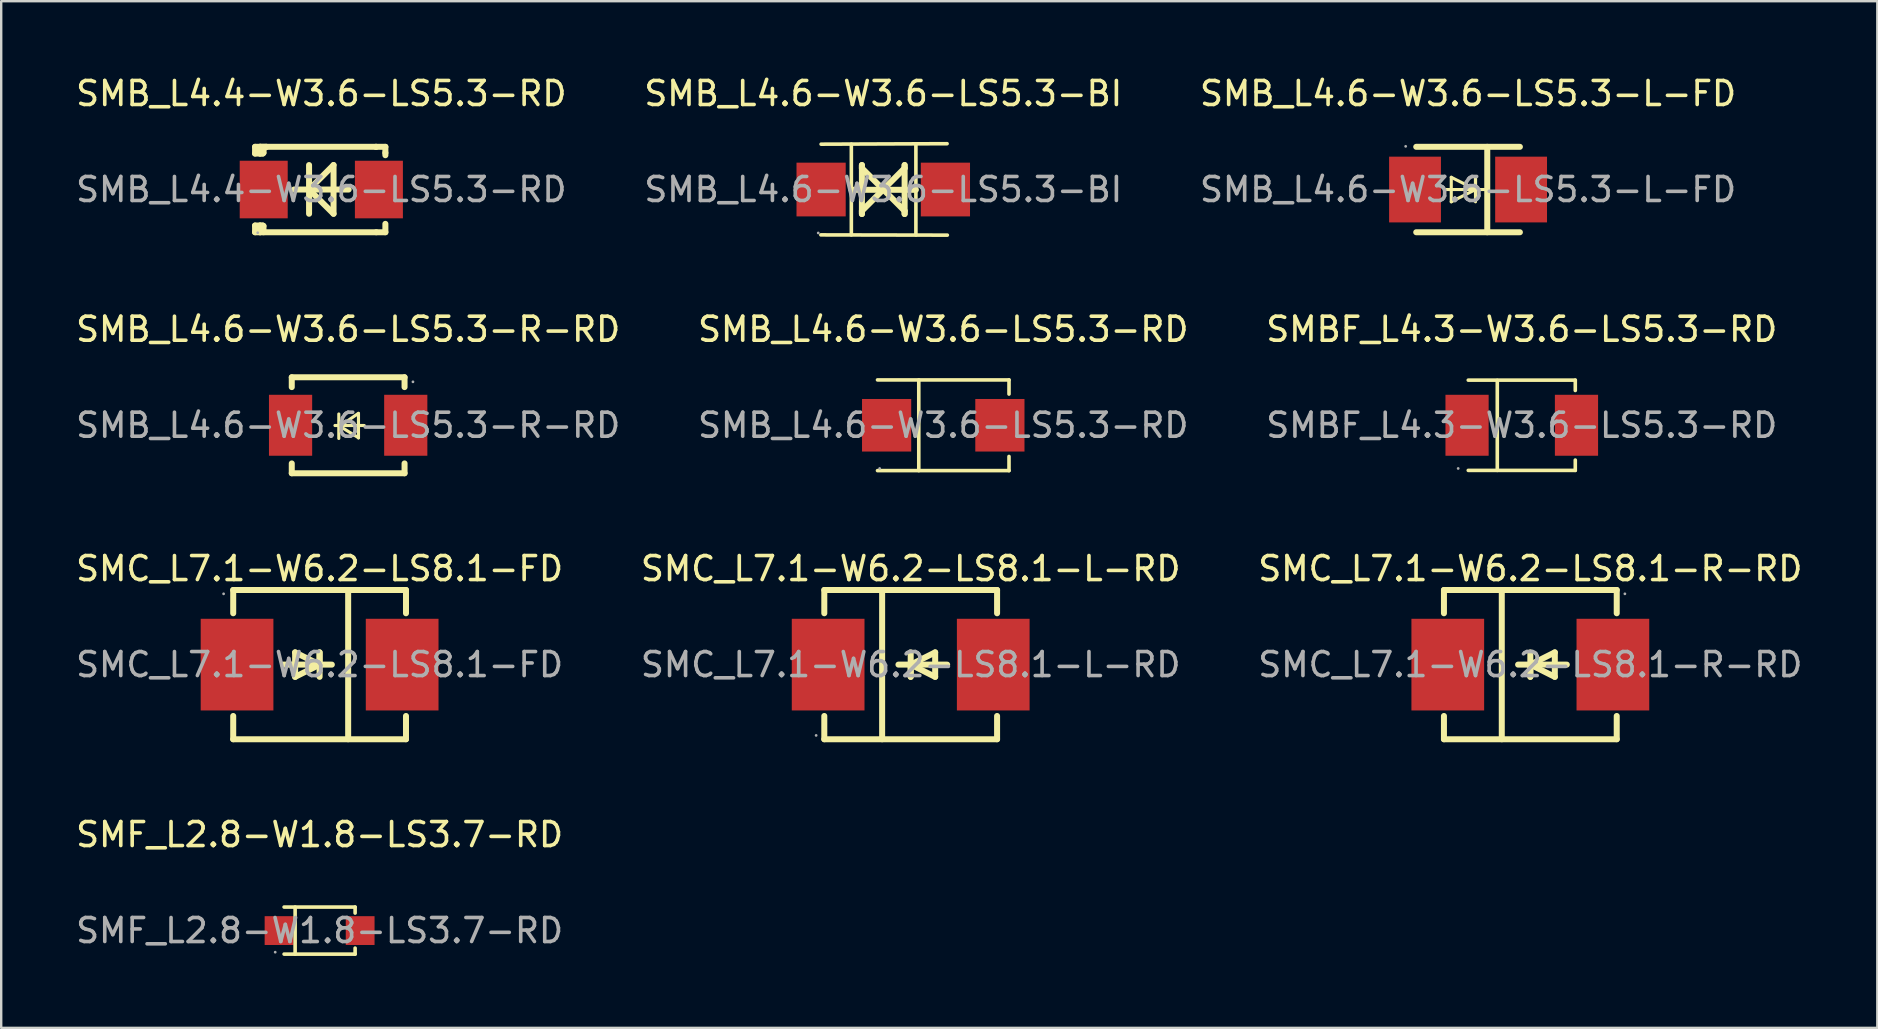
<source format=kicad_pcb>
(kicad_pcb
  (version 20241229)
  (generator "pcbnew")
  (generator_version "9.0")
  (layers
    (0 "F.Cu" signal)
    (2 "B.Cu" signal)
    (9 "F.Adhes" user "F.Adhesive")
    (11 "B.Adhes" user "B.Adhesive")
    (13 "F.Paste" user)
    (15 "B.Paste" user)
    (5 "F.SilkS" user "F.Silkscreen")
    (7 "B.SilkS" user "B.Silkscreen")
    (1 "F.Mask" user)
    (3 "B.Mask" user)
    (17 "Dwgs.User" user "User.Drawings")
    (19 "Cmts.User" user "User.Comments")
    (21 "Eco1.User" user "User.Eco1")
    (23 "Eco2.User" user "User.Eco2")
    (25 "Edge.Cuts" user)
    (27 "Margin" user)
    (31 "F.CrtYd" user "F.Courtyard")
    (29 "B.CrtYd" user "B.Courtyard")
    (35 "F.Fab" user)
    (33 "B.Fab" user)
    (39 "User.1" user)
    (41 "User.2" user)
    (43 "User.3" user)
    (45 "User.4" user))
  (footprint "SMBF_L4.3-W3.6-LS5.3-RD"
    (layer "F.Cu")
    (at 60.363 14.671)
    (property "Reference" "SMBF_L4.3-W3.6-LS5.3-RD" (at 0 -4 0) (layer "F.SilkS") (effects (font (size 1 1) (thickness 0.15))))
    (attr through_hole)
    (fp_line (start -2.23 -1.88) (end 2.23 -1.88) (stroke (width 0.15) (type solid)) (layer "F.SilkS"))
    (fp_line (start -2.23 1.88) (end 2.23 1.88) (stroke (width 0.15) (type solid)) (layer "F.SilkS"))
    (fp_line (start -1.02 -1.87) (end -1.02 1.88) (stroke (width 0.15) (type solid)) (layer "F.SilkS"))
    (fp_line (start 2.23 -1.88) (end 2.23 -1.45) (stroke (width 0.15) (type solid)) (layer "F.SilkS"))
    (fp_line (start 2.23 1.45) (end 2.23 1.88) (stroke (width 0.15) (type solid)) (layer "F.SilkS"))
    (fp_circle (center -2.65 1.8) (end -2.62 1.8) (stroke (width 0.06) (type solid)) (fill no) (layer "F.Fab"))
    (fp_text user "${REFERENCE}" (at 0 0 0) (layer "F.Fab") (effects (font (size 1 1) (thickness 0.15))))
    (pad "1" smd rect (at -2.28 0) (size 1.8 2.54) (layers "F.Cu" "F.Mask" "F.Paste"))
    (pad "2" smd rect (at 2.28 0) (size 1.8 2.54) (layers "F.Cu" "F.Mask" "F.Paste")))
  (footprint "SMB_L4.6-W3.6-LS5.3-BI"
    (layer "F.Cu")
    (at 33.756 4.848)
    (property "Reference" "SMB_L4.6-W3.6-LS5.3-BI" (at 0 -4 0) (layer "F.SilkS") (effects (font (size 1 1) (thickness 0.15))))
    (attr through_hole)
    (fp_line (start -1.33 0.01) (end 1.36 0.01) (stroke (width 0.25) (type solid)) (layer "F.SilkS"))
    (fp_line (start -1.33 1.89) (end -1.33 -1.89) (stroke (width 0.15) (type solid)) (layer "F.SilkS"))
    (fp_line (start -0.89 -1.02) (end -0.89 1.02) (stroke (width 0.25) (type solid)) (layer "F.SilkS"))
    (fp_line (start -0.89 -0.89) (end -0.89 -1.02) (stroke (width 0.25) (type solid)) (layer "F.SilkS"))
    (fp_line (start -0.89 0.89) (end 0 0) (stroke (width 0.25) (type solid)) (layer "F.SilkS"))
    (fp_line (start -0.89 1.02) (end -0.89 0.89) (stroke (width 0.25) (type solid)) (layer "F.SilkS"))
    (fp_line (start 0 0) (end -0.89 -0.89) (stroke (width 0.25) (type solid)) (layer "F.SilkS"))
    (fp_line (start 0 0) (end 0.89 0.89) (stroke (width 0.25) (type solid)) (layer "F.SilkS"))
    (fp_line (start 0.89 -1.02) (end 0.89 -0.89) (stroke (width 0.25) (type solid)) (layer "F.SilkS"))
    (fp_line (start 0.89 -0.89) (end 0 0) (stroke (width 0.25) (type solid)) (layer "F.SilkS"))
    (fp_line (start 0.89 0.89) (end 0.89 1.02) (stroke (width 0.25) (type solid)) (layer "F.SilkS"))
    (fp_line (start 0.89 1.02) (end 0.89 -1.02) (stroke (width 0.25) (type solid)) (layer "F.SilkS"))
    (fp_line (start 1.36 1.89) (end 1.36 -1.89) (stroke (width 0.15) (type solid)) (layer "F.SilkS"))
    (fp_line (start 2.66 -1.91) (end -2.59 -1.89) (stroke (width 0.15) (type solid)) (layer "F.SilkS"))
    (fp_line (start 2.67 1.9) (end -2.6 1.89) (stroke (width 0.15) (type solid)) (layer "F.SilkS"))
    (fp_circle (center -2.71 1.81) (end -2.68 1.81) (stroke (width 0.06) (type solid)) (fill no) (layer "F.Fab"))
    (fp_text user "${REFERENCE}" (at 0 0 0) (layer "F.Fab") (effects (font (size 1 1) (thickness 0.15))))
    (pad "1" smd rect (at -2.59 0) (size 2.05 2.24) (layers "F.Cu" "F.Mask" "F.Paste"))
    (pad "2" smd rect (at 2.59 0) (size 2.05 2.24) (layers "F.Cu" "F.Mask" "F.Paste")))
  (footprint "SMC_L7.1-W6.2-LS8.1-R-RD"
    (layer "F.Cu")
    (at 60.72 24.645)
    (property "Reference" "SMC_L7.1-W6.2-LS8.1-R-RD" (at 0 -4 0) (layer "F.SilkS") (effects (font (size 1 1) (thickness 0.15))))
    (attr through_hole)
    (fp_line (start -3.6 -3.11) (end -3.6 -2.14) (stroke (width 0.25) (type solid)) (layer "F.SilkS"))
    (fp_line (start -3.6 -3.11) (end 3.6 -3.11) (stroke (width 0.25) (type solid)) (layer "F.SilkS"))
    (fp_line (start -3.6 2.14) (end -3.6 3.11) (stroke (width 0.25) (type solid)) (layer "F.SilkS"))
    (fp_line (start -3.6 3.11) (end 3.6 3.11) (stroke (width 0.25) (type solid)) (layer "F.SilkS"))
    (fp_line (start -1.19 -3.11) (end -1.19 3.11) (stroke (width 0.25) (type solid)) (layer "F.SilkS"))
    (fp_line (start 0 0) (end 0 0.51) (stroke (width 0.25) (type solid)) (layer "F.SilkS"))
    (fp_line (start 0 0) (end 1.02 0.51) (stroke (width 0.25) (type solid)) (layer "F.SilkS"))
    (fp_line (start 0 0.51) (end 0 -0.51) (stroke (width 0.25) (type solid)) (layer "F.SilkS"))
    (fp_line (start 1.02 -0.51) (end 0 0) (stroke (width 0.25) (type solid)) (layer "F.SilkS"))
    (fp_line (start 1.02 0.51) (end 1.02 -0.51) (stroke (width 0.25) (type solid)) (layer "F.SilkS"))
    (fp_line (start 1.52 0) (end -0.51 0) (stroke (width 0.25) (type solid)) (layer "F.SilkS"))
    (fp_line (start 3.6 -3.11) (end 3.6 -2.14) (stroke (width 0.25) (type solid)) (layer "F.SilkS"))
    (fp_line (start 3.6 2.14) (end 3.6 3.11) (stroke (width 0.25) (type solid)) (layer "F.SilkS"))
    (fp_circle (center 3.94 -2.95) (end 3.97 -2.95) (stroke (width 0.06) (type solid)) (fill no) (layer "F.Fab"))
    (fp_text user "${REFERENCE}" (at 0 0 0) (layer "F.Fab") (effects (font (size 1 1) (thickness 0.15))))
    (pad "1" smd rect (at 3.44 0 180) (size 3.03 3.82) (layers "F.Cu" "F.Mask" "F.Paste"))
    (pad "2" smd rect (at -3.44 0 180) (size 3.03 3.82) (layers "F.Cu" "F.Mask" "F.Paste")))
  (footprint "SMC_L7.1-W6.2-LS8.1-FD"
    (layer "F.Cu")
    (at 10.268 24.645)
    (property "Reference" "SMC_L7.1-W6.2-LS8.1-FD" (at 0 -4 0) (layer "F.SilkS") (effects (font (size 1 1) (thickness 0.15))))
    (attr through_hole)
    (fp_line (start -3.6 -2.14) (end -3.6 -3.11) (stroke (width 0.25) (type solid)) (layer "F.SilkS"))
    (fp_line (start -3.6 3.11) (end -3.6 2.14) (stroke (width 0.25) (type solid)) (layer "F.SilkS"))
    (fp_line (start -1.52 0) (end 0.51 0) (stroke (width 0.25) (type solid)) (layer "F.SilkS"))
    (fp_line (start -1.02 -0.51) (end -1.02 0.51) (stroke (width 0.25) (type solid)) (layer "F.SilkS"))
    (fp_line (start -1.02 0.51) (end 0 0) (stroke (width 0.25) (type solid)) (layer "F.SilkS"))
    (fp_line (start 0 -0.51) (end 0 0.51) (stroke (width 0.25) (type solid)) (layer "F.SilkS"))
    (fp_line (start 0 0) (end -1.02 -0.51) (stroke (width 0.25) (type solid)) (layer "F.SilkS"))
    (fp_line (start 0 0) (end 0 -0.51) (stroke (width 0.25) (type solid)) (layer "F.SilkS"))
    (fp_line (start 1.19 3.11) (end 1.19 -3.11) (stroke (width 0.25) (type solid)) (layer "F.SilkS"))
    (fp_line (start 3.6 -3.11) (end -3.6 -3.11) (stroke (width 0.25) (type solid)) (layer "F.SilkS"))
    (fp_line (start 3.6 -2.14) (end 3.6 -3.11) (stroke (width 0.25) (type solid)) (layer "F.SilkS"))
    (fp_line (start 3.6 3.11) (end -3.6 3.11) (stroke (width 0.25) (type solid)) (layer "F.SilkS"))
    (fp_line (start 3.6 3.11) (end 3.6 2.14) (stroke (width 0.25) (type solid)) (layer "F.SilkS"))
    (fp_circle (center -4 -2.95) (end -3.97 -2.95) (stroke (width 0.06) (type solid)) (fill no) (layer "F.Fab"))
    (fp_text user "${REFERENCE}" (at 0 0 0) (layer "F.Fab") (effects (font (size 1 1) (thickness 0.15))))
    (pad "1" smd rect (at -3.44 0) (size 3.03 3.82) (layers "F.Cu" "F.Mask" "F.Paste"))
    (pad "2" smd rect (at 3.44 0) (size 3.03 3.82) (layers "F.Cu" "F.Mask" "F.Paste")))
  (footprint "SMB_L4.6-W3.6-LS5.3-L-FD"
    (layer "F.Cu")
    (at 58.125 4.848)
    (property "Reference" "SMB_L4.6-W3.6-LS5.3-L-FD" (at 0 -4 0) (layer "F.SilkS") (effects (font (size 1 1) (thickness 0.15))))
    (attr through_hole)
    (fp_line (start -2.16 -1.78) (end 2.16 -1.78) (stroke (width 0.25) (type solid)) (layer "F.SilkS"))
    (fp_line (start -0.9 0) (end 0.82 0) (stroke (width 0.13) (type solid)) (layer "F.SilkS"))
    (fp_line (start -0.7 -0.51) (end -0.7 0.51) (stroke (width 0.13) (type solid)) (layer "F.SilkS"))
    (fp_line (start -0.7 0.51) (end 0.31 0) (stroke (width 0.13) (type solid)) (layer "F.SilkS"))
    (fp_line (start 0.31 -0.51) (end 0.31 0.51) (stroke (width 0.13) (type solid)) (layer "F.SilkS"))
    (fp_line (start 0.31 0) (end -0.7 -0.51) (stroke (width 0.13) (type solid)) (layer "F.SilkS"))
    (fp_line (start 0.31 0) (end 0.31 -0.51) (stroke (width 0.13) (type solid)) (layer "F.SilkS"))
    (fp_line (start 0.8 -1.78) (end 0.8 1.78) (stroke (width 0.25) (type solid)) (layer "F.SilkS"))
    (fp_line (start 2.16 1.78) (end -2.16 1.78) (stroke (width 0.25) (type solid)) (layer "F.SilkS"))
    (fp_circle (center -2.6 -1.8) (end -2.57 -1.8) (stroke (width 0.06) (type solid)) (fill no) (layer "F.Fab"))
    (fp_text user "${REFERENCE}" (at 0 0 0) (layer "F.Fab") (effects (font (size 1 1) (thickness 0.15))))
    (pad "1" smd rect (at -2.21 0) (size 2.16 2.74) (layers "F.Cu" "F.Mask" "F.Paste"))
    (pad "2" smd rect (at 2.21 0) (size 2.16 2.74) (layers "F.Cu" "F.Mask" "F.Paste")))
  (footprint "SMB_L4.6-W3.6-LS5.3-RD"
    (layer "F.Cu")
    (at 36.256 14.671)
    (property "Reference" "SMB_L4.6-W3.6-LS5.3-RD" (at 0 -4 0) (layer "F.SilkS") (effects (font (size 1 1) (thickness 0.15))))
    (attr through_hole)
    (fp_line (start -2.74 -1.89) (end 2.74 -1.89) (stroke (width 0.15) (type solid)) (layer "F.SilkS"))
    (fp_line (start -2.74 1.89) (end 2.74 1.89) (stroke (width 0.15) (type solid)) (layer "F.SilkS"))
    (fp_line (start -1.02 -1.89) (end -1.02 1.89) (stroke (width 0.15) (type solid)) (layer "F.SilkS"))
    (fp_line (start 2.74 -1.89) (end 2.74 -1.3) (stroke (width 0.15) (type solid)) (layer "F.SilkS"))
    (fp_line (start 2.74 1.89) (end 2.74 1.3) (stroke (width 0.15) (type solid)) (layer "F.SilkS"))
    (fp_circle (center -2.65 1.8) (end -2.62 1.8) (stroke (width 0.06) (type solid)) (fill no) (layer "F.Fab"))
    (fp_text user "${REFERENCE}" (at 0 0 0) (layer "F.Fab") (effects (font (size 1 1) (thickness 0.15))))
    (pad "1" smd rect (at -2.36 0) (size 2.05 2.19) (layers "F.Cu" "F.Mask" "F.Paste"))
    (pad "2" smd rect (at 2.36 0) (size 2.05 2.19) (layers "F.Cu" "F.Mask" "F.Paste")))
  (footprint "SMB_L4.4-W3.6-LS5.3-RD"
    (layer "F.Cu")
    (at 10.339 4.848)
    (property "Reference" "SMB_L4.4-W3.6-LS5.3-RD" (at 0 -4 0) (layer "F.SilkS") (effects (font (size 1 1) (thickness 0.15))))
    (attr through_hole)
    (fp_line (start -2.76 -1.78) (end -2.76 -1.5) (stroke (width 0.25) (type solid)) (layer "F.SilkS"))
    (fp_line (start -2.76 -1.5) (end -2.55 -1.5) (stroke (width 0.25) (type solid)) (layer "F.SilkS"))
    (fp_line (start -2.76 1.5) (end -2.76 1.78) (stroke (width 0.25) (type solid)) (layer "F.SilkS"))
    (fp_line (start -2.76 1.5) (end -2.55 1.5) (stroke (width 0.25) (type solid)) (layer "F.SilkS"))
    (fp_line (start -2.76 1.78) (end -2.55 1.78) (stroke (width 0.25) (type solid)) (layer "F.SilkS"))
    (fp_line (start -2.55 -1.78) (end -2.76 -1.78) (stroke (width 0.25) (type solid)) (layer "F.SilkS"))
    (fp_line (start -2.55 -1.78) (end -2.29 -1.78) (stroke (width 0.25) (type solid)) (layer "F.SilkS"))
    (fp_line (start -2.55 -1.5) (end -2.55 -1.65) (stroke (width 0.25) (type solid)) (layer "F.SilkS"))
    (fp_line (start -2.55 -1.5) (end -2.44 -1.5) (stroke (width 0.25) (type solid)) (layer "F.SilkS"))
    (fp_line (start -2.55 1.5) (end -2.55 1.78) (stroke (width 0.25) (type solid)) (layer "F.SilkS"))
    (fp_line (start -2.55 1.5) (end -2.44 1.5) (stroke (width 0.25) (type solid)) (layer "F.SilkS"))
    (fp_line (start -2.44 -1.5) (end -2.41 -1.53) (stroke (width 0.25) (type solid)) (layer "F.SilkS"))
    (fp_line (start -2.44 1.5) (end -2.41 1.52) (stroke (width 0.25) (type solid)) (layer "F.SilkS"))
    (fp_line (start -2.41 -1.65) (end -2.55 -1.78) (stroke (width 0.25) (type solid)) (layer "F.SilkS"))
    (fp_line (start -2.41 -1.53) (end -2.41 -1.65) (stroke (width 0.25) (type solid)) (layer "F.SilkS"))
    (fp_line (start -2.41 1.52) (end -2.41 1.78) (stroke (width 0.25) (type solid)) (layer "F.SilkS"))
    (fp_line (start -2.29 -1.78) (end -2.55 -1.78) (stroke (width 0.25) (type solid)) (layer "F.SilkS"))
    (fp_line (start -2.29 -1.78) (end 2.28 -1.78) (stroke (width 0.25) (type solid)) (layer "F.SilkS"))
    (fp_line (start -1.14 0) (end 1.14 0) (stroke (width 0.25) (type solid)) (layer "F.SilkS"))
    (fp_line (start -0.51 -1.02) (end -0.51 1.01) (stroke (width 0.25) (type solid)) (layer "F.SilkS"))
    (fp_line (start -0.51 0) (end 0.51 1.01) (stroke (width 0.25) (type solid)) (layer "F.SilkS"))
    (fp_line (start 0.51 -1.02) (end -0.51 0) (stroke (width 0.25) (type solid)) (layer "F.SilkS"))
    (fp_line (start 0.51 -1.02) (end 0.51 1.01) (stroke (width 0.25) (type solid)) (layer "F.SilkS"))
    (fp_line (start 2.28 -1.78) (end 2.28 -1.78) (stroke (width 0.25) (type solid)) (layer "F.SilkS"))
    (fp_line (start 2.28 -1.78) (end 2.67 -1.78) (stroke (width 0.25) (type solid)) (layer "F.SilkS"))
    (fp_line (start 2.29 1.78) (end -2.55 1.78) (stroke (width 0.25) (type solid)) (layer "F.SilkS"))
    (fp_line (start 2.67 -1.78) (end 2.67 -1.53) (stroke (width 0.25) (type solid)) (layer "F.SilkS"))
    (fp_line (start 2.67 -1.53) (end 2.67 -1.43) (stroke (width 0.25) (type solid)) (layer "F.SilkS"))
    (fp_line (start 2.67 1.43) (end 2.67 1.78) (stroke (width 0.25) (type solid)) (layer "F.SilkS"))
    (fp_line (start 2.67 1.78) (end 2.29 1.78) (stroke (width 0.25) (type solid)) (layer "F.SilkS"))
    (fp_circle (center -2.65 1.8) (end -2.62 1.8) (stroke (width 0.06) (type solid)) (fill no) (layer "F.Fab"))
    (fp_text user "${REFERENCE}" (at 0 0 0) (layer "F.Fab") (effects (font (size 1 1) (thickness 0.15))))
    (pad "1" smd rect (at -2.4 0) (size 2 2.4) (layers "F.Cu" "F.Mask" "F.Paste"))
    (pad "2" smd rect (at 2.4 0) (size 2 2.4) (layers "F.Cu" "F.Mask" "F.Paste")))
  (footprint "SMC_L7.1-W6.2-LS8.1-L-RD"
    (layer "F.Cu")
    (at 34.899 24.645)
    (property "Reference" "SMC_L7.1-W6.2-LS8.1-L-RD" (at 0 -4 0) (layer "F.SilkS") (effects (font (size 1 1) (thickness 0.15))))
    (attr through_hole)
    (fp_line (start -3.6 -3.11) (end -3.6 -2.14) (stroke (width 0.25) (type solid)) (layer "F.SilkS"))
    (fp_line (start -3.6 -3.11) (end 3.6 -3.11) (stroke (width 0.25) (type solid)) (layer "F.SilkS"))
    (fp_line (start -3.6 2.14) (end -3.6 3.11) (stroke (width 0.25) (type solid)) (layer "F.SilkS"))
    (fp_line (start -3.6 3.11) (end 3.6 3.11) (stroke (width 0.25) (type solid)) (layer "F.SilkS"))
    (fp_line (start -1.19 -3.11) (end -1.19 3.11) (stroke (width 0.25) (type solid)) (layer "F.SilkS"))
    (fp_line (start 0 0) (end 0 0.51) (stroke (width 0.25) (type solid)) (layer "F.SilkS"))
    (fp_line (start 0 0) (end 1.02 0.51) (stroke (width 0.25) (type solid)) (layer "F.SilkS"))
    (fp_line (start 0 0.51) (end 0 -0.51) (stroke (width 0.25) (type solid)) (layer "F.SilkS"))
    (fp_line (start 1.02 -0.51) (end 0 0) (stroke (width 0.25) (type solid)) (layer "F.SilkS"))
    (fp_line (start 1.02 0.51) (end 1.02 -0.51) (stroke (width 0.25) (type solid)) (layer "F.SilkS"))
    (fp_line (start 1.52 0) (end -0.51 0) (stroke (width 0.25) (type solid)) (layer "F.SilkS"))
    (fp_line (start 3.6 -3.11) (end 3.6 -2.14) (stroke (width 0.25) (type solid)) (layer "F.SilkS"))
    (fp_line (start 3.6 2.14) (end 3.6 3.11) (stroke (width 0.25) (type solid)) (layer "F.SilkS"))
    (fp_circle (center -3.94 2.95) (end -3.91 2.95) (stroke (width 0.06) (type solid)) (fill no) (layer "F.Fab"))
    (fp_text user "${REFERENCE}" (at 0 0 0) (layer "F.Fab") (effects (font (size 1 1) (thickness 0.15))))
    (pad "1" smd rect (at -3.44 0 180) (size 3.03 3.82) (layers "F.Cu" "F.Mask" "F.Paste"))
    (pad "2" smd rect (at 3.44 0 180) (size 3.03 3.82) (layers "F.Cu" "F.Mask" "F.Paste")))
  (footprint "SMF_L2.8-W1.8-LS3.7-RD"
    (layer "F.Cu")
    (at 10.268 35.728)
    (property "Reference" "SMF_L2.8-W1.8-LS3.7-RD" (at 0 -4 0) (layer "F.SilkS") (effects (font (size 1 1) (thickness 0.15))))
    (attr through_hole)
    (fp_line (start -1.48 -0.98) (end 1.48 -0.98) (stroke (width 0.15) (type solid)) (layer "F.SilkS"))
    (fp_line (start -1.48 0.98) (end 1.48 0.98) (stroke (width 0.15) (type solid)) (layer "F.SilkS"))
    (fp_line (start -1.02 -0.98) (end -1.02 0.98) (stroke (width 0.15) (type solid)) (layer "F.SilkS"))
    (fp_line (start 1.48 -0.98) (end 1.48 -0.73) (stroke (width 0.15) (type solid)) (layer "F.SilkS"))
    (fp_line (start 1.48 0.98) (end 1.48 0.73) (stroke (width 0.15) (type solid)) (layer "F.SilkS"))
    (fp_circle (center -1.85 0.9) (end -1.82 0.9) (stroke (width 0.06) (type solid)) (fill no) (layer "F.Fab"))
    (fp_text user "${REFERENCE}" (at 0 0 0) (layer "F.Fab") (effects (font (size 1 1) (thickness 0.15))))
    (pad "1" smd rect (at -1.69 0) (size 1.2 1.2) (layers "F.Cu" "F.Mask" "F.Paste"))
    (pad "2" smd rect (at 1.69 0) (size 1.2 1.2) (layers "F.Cu" "F.Mask" "F.Paste")))
  (footprint "SMB_L4.6-W3.6-LS5.3-R-RD"
    (layer "F.Cu")
    (at 11.458 14.671)
    (property "Reference" "SMB_L4.6-W3.6-LS5.3-R-RD" (at 0 -4 0) (layer "F.SilkS") (effects (font (size 1 1) (thickness 0.15))))
    (attr through_hole)
    (fp_line (start -2.35 -2) (end -2.35 -1.59) (stroke (width 0.25) (type solid)) (layer "F.SilkS"))
    (fp_line (start -2.35 -2) (end 2.35 -2) (stroke (width 0.25) (type solid)) (layer "F.SilkS"))
    (fp_line (start -2.35 1.59) (end -2.35 2) (stroke (width 0.25) (type solid)) (layer "F.SilkS"))
    (fp_line (start -2.35 2) (end 2.35 2) (stroke (width 0.25) (type solid)) (layer "F.SilkS"))
    (fp_line (start -0.55 0.01) (end 0.67 0.01) (stroke (width 0.13) (type solid)) (layer "F.SilkS"))
    (fp_line (start -0.39 -0.47) (end -0.39 0.55) (stroke (width 0.13) (type solid)) (layer "F.SilkS"))
    (fp_line (start -0.35 0.04) (end 0.43 0.52) (stroke (width 0.13) (type solid)) (layer "F.SilkS"))
    (fp_line (start 0.43 -0.5) (end -0.35 0.04) (stroke (width 0.13) (type solid)) (layer "F.SilkS"))
    (fp_line (start 0.43 0.53) (end 0.43 -0.48) (stroke (width 0.13) (type solid)) (layer "F.SilkS"))
    (fp_line (start 2.35 -2) (end 2.35 -1.59) (stroke (width 0.25) (type solid)) (layer "F.SilkS"))
    (fp_line (start 2.35 1.59) (end 2.35 2) (stroke (width 0.25) (type solid)) (layer "F.SilkS"))
    (fp_circle (center 2.7 -1.81) (end 2.73 -1.81) (stroke (width 0.06) (type solid)) (fill no) (layer "F.Fab"))
    (fp_text user "${REFERENCE}" (at 0 0 0) (layer "F.Fab") (effects (font (size 1 1) (thickness 0.15))))
    (pad "1" smd rect (at 2.4 0) (size 1.8 2.54) (layers "F.Cu" "F.Mask" "F.Paste"))
    (pad "2" smd rect (at -2.4 0) (size 1.8 2.54) (layers "F.Cu" "F.Mask" "F.Paste")))
  (gr_rect
    (start -3 -3)
    (end 75.179 39.783)
    (stroke (width 0.1) (type default))
    (fill no)
    (layer "Edge.Cuts")))
</source>
